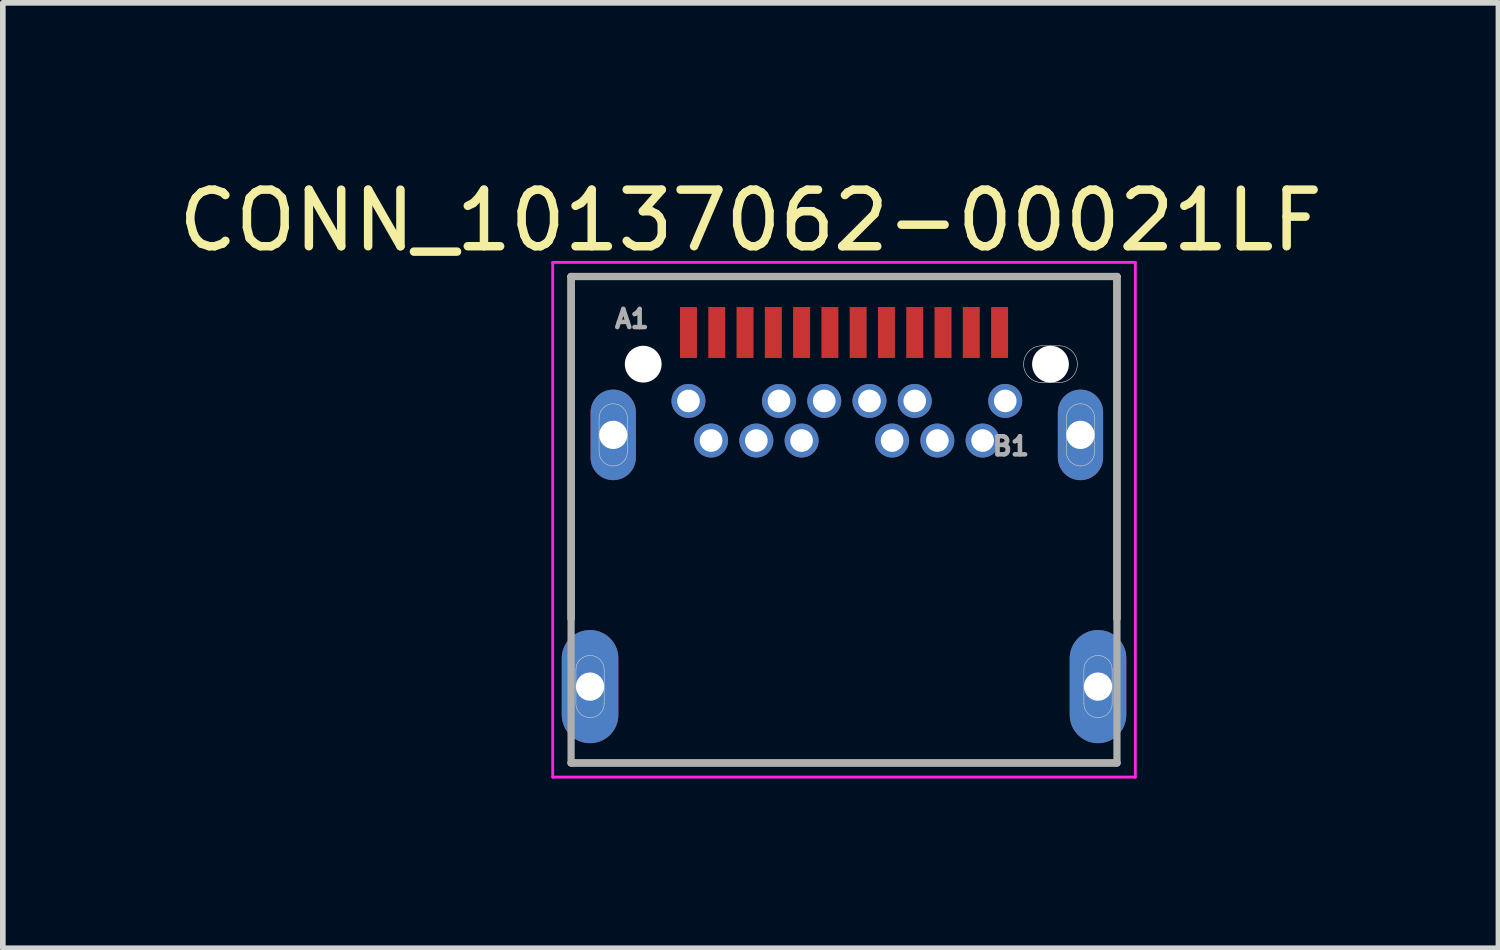
<source format=kicad_pcb>
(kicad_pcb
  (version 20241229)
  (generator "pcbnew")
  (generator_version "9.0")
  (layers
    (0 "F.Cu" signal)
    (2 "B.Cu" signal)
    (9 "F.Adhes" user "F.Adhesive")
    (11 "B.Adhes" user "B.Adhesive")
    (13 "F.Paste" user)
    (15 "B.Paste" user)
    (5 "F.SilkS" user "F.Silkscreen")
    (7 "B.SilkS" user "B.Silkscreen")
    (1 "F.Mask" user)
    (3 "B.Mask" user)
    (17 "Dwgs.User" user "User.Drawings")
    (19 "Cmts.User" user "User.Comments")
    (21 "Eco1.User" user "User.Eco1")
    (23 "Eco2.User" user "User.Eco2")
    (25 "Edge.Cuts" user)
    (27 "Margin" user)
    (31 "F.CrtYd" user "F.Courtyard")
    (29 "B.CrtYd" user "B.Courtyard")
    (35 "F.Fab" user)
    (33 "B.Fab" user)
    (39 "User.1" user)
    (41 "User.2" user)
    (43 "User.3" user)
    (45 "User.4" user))
  (footprint "CONN_10137062-00021LF"
    (layer "F.Cu")
    (at 11.871 3.388)
    (property "Reference" "CONN_10137062-00021LF" (at -1.651 -2.54 0) (layer "F.SilkS") (effects (font (size 1 1) (thickness 0.15))))
    (attr through_hole)
    (fp_line (start -4.825 -1.55) (end -4.825 4.5) (stroke (width 0.127) (type solid)) (layer "F.SilkS"))
    (fp_line (start -4.825 -1.55) (end 4.825 -1.55) (stroke (width 0.127) (type solid)) (layer "F.SilkS"))
    (fp_line (start 4.825 -1.55) (end 4.825 4.5) (stroke (width 0.127) (type solid)) (layer "F.SilkS"))
    (fp_line (start 4.825 7.05) (end -4.825 7.05) (stroke (width 0.127) (type solid)) (layer "F.SilkS"))
    (fp_line (start -4.74 5.7) (end -4.74 5.4) (stroke (width 0.01) (type solid)) (layer "Edge.Cuts"))
    (fp_line (start -4.74 6) (end -4.74 5.7) (stroke (width 0.01) (type solid)) (layer "Edge.Cuts"))
    (fp_line (start -4.33 1.25) (end -4.33 0.95) (stroke (width 0.01) (type solid)) (layer "Edge.Cuts"))
    (fp_line (start -4.33 1.55) (end -4.33 1.25) (stroke (width 0.01) (type solid)) (layer "Edge.Cuts"))
    (fp_line (start -4.24 5.4) (end -4.24 5.7) (stroke (width 0.01) (type solid)) (layer "Edge.Cuts"))
    (fp_line (start -4.24 5.7) (end -4.24 6) (stroke (width 0.01) (type solid)) (layer "Edge.Cuts"))
    (fp_line (start -3.83 0.95) (end -3.83 1.25) (stroke (width 0.01) (type solid)) (layer "Edge.Cuts"))
    (fp_line (start -3.83 1.25) (end -3.83 1.55) (stroke (width 0.01) (type solid)) (layer "Edge.Cuts"))
    (fp_line (start 3.5 -0.325) (end 3.65 -0.325) (stroke (width 0.01) (type solid)) (layer "Edge.Cuts"))
    (fp_line (start 3.65 -0.325) (end 3.8 -0.325) (stroke (width 0.01) (type solid)) (layer "Edge.Cuts"))
    (fp_line (start 3.65 0.325) (end 3.5 0.325) (stroke (width 0.01) (type solid)) (layer "Edge.Cuts"))
    (fp_line (start 3.8 0.325) (end 3.65 0.325) (stroke (width 0.01) (type solid)) (layer "Edge.Cuts"))
    (fp_line (start 3.93 1.25) (end 3.93 0.95) (stroke (width 0.01) (type solid)) (layer "Edge.Cuts"))
    (fp_line (start 3.93 1.55) (end 3.93 1.25) (stroke (width 0.01) (type solid)) (layer "Edge.Cuts"))
    (fp_line (start 4.24 5.7) (end 4.24 5.4) (stroke (width 0.01) (type solid)) (layer "Edge.Cuts"))
    (fp_line (start 4.24 6) (end 4.24 5.7) (stroke (width 0.01) (type solid)) (layer "Edge.Cuts"))
    (fp_line (start 4.43 0.95) (end 4.43 1.25) (stroke (width 0.01) (type solid)) (layer "Edge.Cuts"))
    (fp_line (start 4.43 1.25) (end 4.43 1.55) (stroke (width 0.01) (type solid)) (layer "Edge.Cuts"))
    (fp_line (start 4.74 5.4) (end 4.74 5.7) (stroke (width 0.01) (type solid)) (layer "Edge.Cuts"))
    (fp_line (start 4.74 5.7) (end 4.74 6) (stroke (width 0.01) (type solid)) (layer "Edge.Cuts"))
    (fp_arc (start -4.74 5.4) (mid -4.666777 5.223223) (end -4.49 5.15) (stroke (width 0.01) (type solid)) (layer "Edge.Cuts"))
    (fp_arc (start -4.49 5.15) (mid -4.313223 5.223223) (end -4.24 5.4) (stroke (width 0.01) (type solid)) (layer "Edge.Cuts"))
    (fp_arc (start -4.49 6.25) (mid -4.666777 6.176777) (end -4.74 6) (stroke (width 0.01) (type solid)) (layer "Edge.Cuts"))
    (fp_arc (start -4.33 0.95) (mid -4.256777 0.773223) (end -4.08 0.7) (stroke (width 0.01) (type solid)) (layer "Edge.Cuts"))
    (fp_arc (start -4.24 6) (mid -4.313223 6.176777) (end -4.49 6.25) (stroke (width 0.01) (type solid)) (layer "Edge.Cuts"))
    (fp_arc (start -4.08 0.7) (mid -3.903223 0.773223) (end -3.83 0.95) (stroke (width 0.01) (type solid)) (layer "Edge.Cuts"))
    (fp_arc (start -4.08 1.8) (mid -4.256777 1.726777) (end -4.33 1.55) (stroke (width 0.01) (type solid)) (layer "Edge.Cuts"))
    (fp_arc (start -3.83 1.55) (mid -3.903223 1.726777) (end -4.08 1.8) (stroke (width 0.01) (type solid)) (layer "Edge.Cuts"))
    (fp_arc (start 3.175 0) (mid 3.27019 -0.22981) (end 3.5 -0.325) (stroke (width 0.01) (type solid)) (layer "Edge.Cuts"))
    (fp_arc (start 3.5 0.325) (mid 3.27019 0.22981) (end 3.175 0) (stroke (width 0.01) (type solid)) (layer "Edge.Cuts"))
    (fp_arc (start 3.8 -0.325) (mid 4.02981 -0.22981) (end 4.125 0) (stroke (width 0.01) (type solid)) (layer "Edge.Cuts"))
    (fp_arc (start 3.93 0.95) (mid 4.003223 0.773223) (end 4.18 0.7) (stroke (width 0.01) (type solid)) (layer "Edge.Cuts"))
    (fp_arc (start 4.125 0) (mid 4.02981 0.22981) (end 3.8 0.325) (stroke (width 0.01) (type solid)) (layer "Edge.Cuts"))
    (fp_arc (start 4.18 0.7) (mid 4.356777 0.773223) (end 4.43 0.95) (stroke (width 0.01) (type solid)) (layer "Edge.Cuts"))
    (fp_arc (start 4.18 1.8) (mid 4.003223 1.726777) (end 3.93 1.55) (stroke (width 0.01) (type solid)) (layer "Edge.Cuts"))
    (fp_arc (start 4.24 5.4) (mid 4.313223 5.223223) (end 4.49 5.15) (stroke (width 0.01) (type solid)) (layer "Edge.Cuts"))
    (fp_arc (start 4.43 1.55) (mid 4.356777 1.726777) (end 4.18 1.8) (stroke (width 0.01) (type solid)) (layer "Edge.Cuts"))
    (fp_arc (start 4.49 5.15) (mid 4.666777 5.223223) (end 4.74 5.4) (stroke (width 0.01) (type solid)) (layer "Edge.Cuts"))
    (fp_arc (start 4.49 6.25) (mid 4.313223 6.176777) (end 4.24 6) (stroke (width 0.01) (type solid)) (layer "Edge.Cuts"))
    (fp_arc (start 4.74 6) (mid 4.666777 6.176777) (end 4.49 6.25) (stroke (width 0.01) (type solid)) (layer "Edge.Cuts"))
    (fp_line (start -5.15 -1.8) (end 5.15 -1.8) (stroke (width 0.05) (type solid)) (layer "F.CrtYd"))
    (fp_line (start -5.15 7.3) (end -5.15 -1.8) (stroke (width 0.05) (type solid)) (layer "F.CrtYd"))
    (fp_line (start 5.15 -1.8) (end 5.15 7.3) (stroke (width 0.05) (type solid)) (layer "F.CrtYd"))
    (fp_line (start 5.15 7.3) (end -5.15 7.3) (stroke (width 0.05) (type solid)) (layer "F.CrtYd"))
    (fp_line (start -4.825 -1.55) (end 4.825 -1.55) (stroke (width 0.127) (type solid)) (layer "F.Fab"))
    (fp_line (start -4.825 7.05) (end -4.825 -1.55) (stroke (width 0.127) (type solid)) (layer "F.Fab"))
    (fp_line (start 4.825 -1.55) (end 4.825 7.05) (stroke (width 0.127) (type solid)) (layer "F.Fab"))
    (fp_line (start 4.825 7.05) (end -4.825 7.05) (stroke (width 0.127) (type solid)) (layer "F.Fab"))
    (fp_text user "B1" (at 2.95 1.45 0) (layer "F.Fab") (effects (font (size 0.32 0.32) (thickness 0.15))))
    (fp_text user "A1" (at -3.75 -0.8 0) (layer "F.Fab") (effects (font (size 0.32 0.32) (thickness 0.15))))
    (pad "" np_thru_hole circle (at -3.55 0) (size 0.65 0.65) (drill 0.65) (layers "*.Cu" "*.Mask"))
    (pad "" np_thru_hole circle (at 3.65 0) (size 0.65 0.65) (drill 0.65) (layers "*.Cu" "*.Mask"))
    (pad "A1" smd rect (at -2.75 -0.56) (size 0.3 0.9) (layers "F.Cu" "F.Mask" "F.Paste"))
    (pad "A2" smd rect (at -2.25 -0.56) (size 0.3 0.9) (layers "F.Cu" "F.Mask" "F.Paste"))
    (pad "A3" smd rect (at -1.75 -0.56) (size 0.3 0.9) (layers "F.Cu" "F.Mask" "F.Paste"))
    (pad "A4" smd rect (at -1.25 -0.56) (size 0.3 0.9) (layers "F.Cu" "F.Mask" "F.Paste"))
    (pad "A5" smd rect (at -0.75 -0.56) (size 0.3 0.9) (layers "F.Cu" "F.Mask" "F.Paste"))
    (pad "A6" smd rect (at -0.25 -0.56) (size 0.3 0.9) (layers "F.Cu" "F.Mask" "F.Paste"))
    (pad "A7" smd rect (at 0.25 -0.56) (size 0.3 0.9) (layers "F.Cu" "F.Mask" "F.Paste"))
    (pad "A8" smd rect (at 0.75 -0.56) (size 0.3 0.9) (layers "F.Cu" "F.Mask" "F.Paste"))
    (pad "A9" smd rect (at 1.25 -0.56) (size 0.3 0.9) (layers "F.Cu" "F.Mask" "F.Paste"))
    (pad "A10" smd rect (at 1.75 -0.56) (size 0.3 0.9) (layers "F.Cu" "F.Mask" "F.Paste"))
    (pad "A11" smd rect (at 2.25 -0.56) (size 0.3 0.9) (layers "F.Cu" "F.Mask" "F.Paste"))
    (pad "A12" smd rect (at 2.75 -0.56) (size 0.3 0.9) (layers "F.Cu" "F.Mask" "F.Paste"))
    (pad "B1" thru_hole circle (at 2.85 0.65) (size 0.6 0.6) (drill 0.4) (layers "*.Cu" "*.Mask"))
    (pad "B2" thru_hole circle (at 2.45 1.35) (size 0.6 0.6) (drill 0.4) (layers "*.Cu" "*.Mask"))
    (pad "B3" thru_hole circle (at 1.65 1.35) (size 0.6 0.6) (drill 0.4) (layers "*.Cu" "*.Mask"))
    (pad "B4" thru_hole circle (at 1.25 0.65) (size 0.6 0.6) (drill 0.4) (layers "*.Cu" "*.Mask"))
    (pad "B5" thru_hole circle (at 0.85 1.35) (size 0.6 0.6) (drill 0.4) (layers "*.Cu" "*.Mask"))
    (pad "B6" thru_hole circle (at 0.45 0.65) (size 0.6 0.6) (drill 0.4) (layers "*.Cu" "*.Mask"))
    (pad "B7" thru_hole circle (at -0.35 0.65) (size 0.6 0.6) (drill 0.4) (layers "*.Cu" "*.Mask"))
    (pad "B8" thru_hole circle (at -0.75 1.35) (size 0.6 0.6) (drill 0.4) (layers "*.Cu" "*.Mask"))
    (pad "B9" thru_hole circle (at -1.15 0.65) (size 0.6 0.6) (drill 0.4) (layers "*.Cu" "*.Mask"))
    (pad "B10" thru_hole circle (at -1.55 1.35) (size 0.6 0.6) (drill 0.4) (layers "*.Cu" "*.Mask"))
    (pad "B11" thru_hole circle (at -2.35 1.35) (size 0.6 0.6) (drill 0.4) (layers "*.Cu" "*.Mask"))
    (pad "B12" thru_hole circle (at -2.75 0.65) (size 0.6 0.6) (drill 0.4) (layers "*.Cu" "*.Mask"))
    (pad "S1" thru_hole oval (at -4.08 1.25) (size 0.8 1.6) (drill 0.5) (layers "*.Cu" "*.Mask"))
    (pad "S2" thru_hole oval (at 4.18 1.25) (size 0.8 1.6) (drill 0.5) (layers "*.Cu" "*.Mask"))
    (pad "S3" thru_hole oval (at -4.49 5.7) (size 1 2) (drill 0.5) (layers "*.Cu" "*.Mask"))
    (pad "S4" thru_hole oval (at 4.49 5.7) (size 1 2) (drill 0.5) (layers "*.Cu" "*.Mask")))
  (gr_rect
    (start -3 -3)
    (end 23.44 13.713)
    (stroke (width 0.1) (type default))
    (fill no)
    (layer "Edge.Cuts")))
</source>
